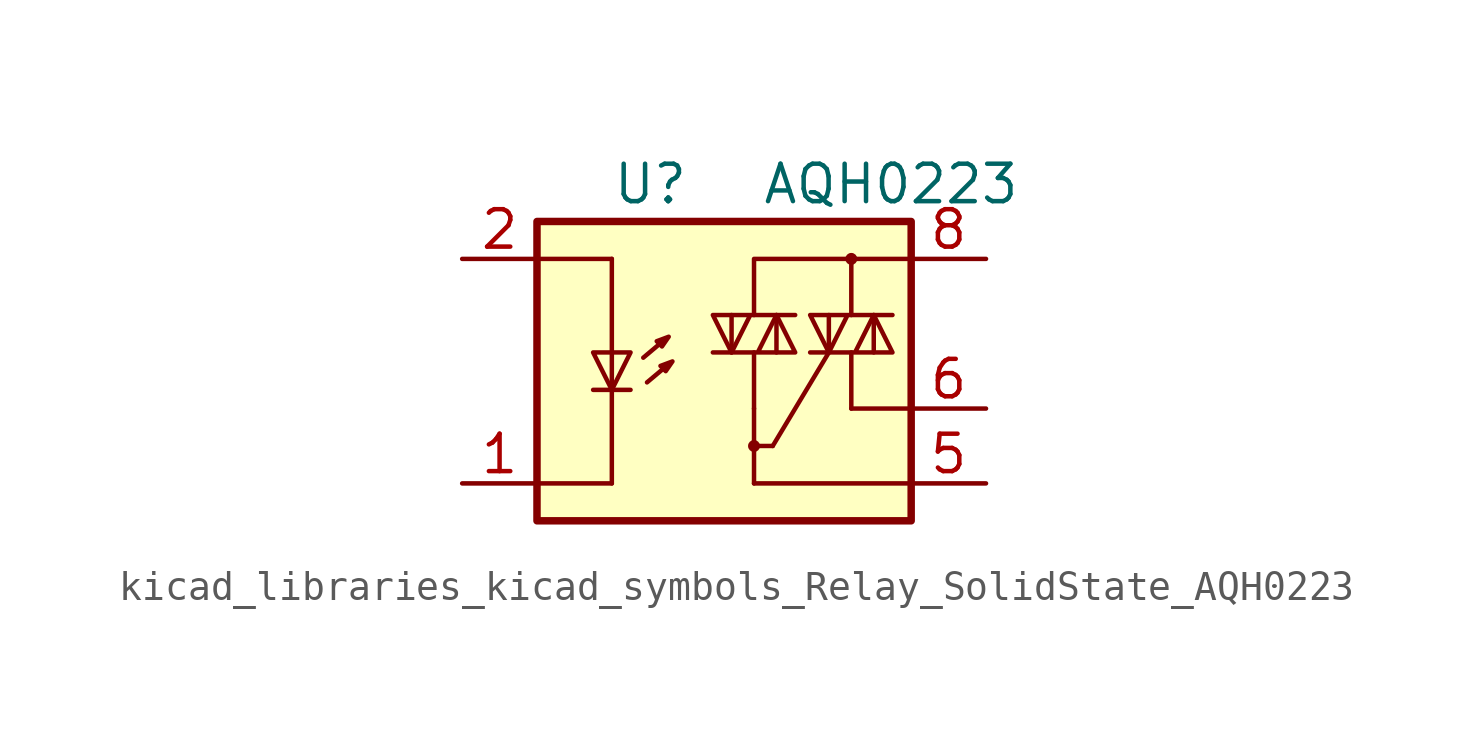
<source format=kicad_sym>
(kicad_symbol_lib
  (version 20220914)
  (generator kicad_symbol_editor)
  (symbol "kicad_libraries_kicad_symbols_Relay_SolidState_AQH0223"
    (property "Reference" "U"
      (at -5.08 5.08 0)
      (effects (font (size 1.27 1.27)) (justify left)))
    (property "Value" "AQH0223"
      (at 0 5.08 0)
      (effects (font (size 1.27 1.27)) (justify left)))
    (symbol "kicad_libraries_kicad_symbols_Relay_SolidState_AQH0223_0_1"
      (polyline (pts (xy 3.048 -2.54) (xy 5.08 -2.54)) (stroke (width 0) (type default)) (fill (type none)))
      (polyline (pts (xy 3.048 -0.635) (xy 3.048 -2.54)) (stroke (width 0) (type default)) (fill (type none))))
    (symbol "kicad_libraries_kicad_symbols_Relay_SolidState_AQH0223_1_1"
      (rectangle (start -7.62 3.81) (end 5.08 -6.35) (stroke (width 0.254) (type default)) (fill (type background)))
      (circle (center -0.254 -3.81) (radius 0.127) (stroke (width 0) (type default)) (fill (type none)))
      (polyline (pts (xy -5.715 -1.905) (xy -4.445 -1.905)) (stroke (width 0) (type default)) (fill (type none)))
      (polyline (pts (xy -5.08 -5.08) (xy -7.62 -5.08)) (stroke (width 0) (type default)) (fill (type none)))
      (polyline (pts (xy -5.08 -1.905) (xy -5.08 -5.08)) (stroke (width 0) (type default)) (fill (type none)))
      (polyline (pts (xy -5.08 -0.635) (xy -5.08 -1.905)) (stroke (width 0) (type default)) (fill (type none)))
      (polyline (pts (xy -5.08 -0.635) (xy -5.08 2.54)) (stroke (width 0) (type default)) (fill (type none)))
      (polyline (pts (xy -5.08 2.54) (xy -7.493 2.54)) (stroke (width 0) (type default)) (fill (type none)))
      (polyline (pts (xy -3.378 -0.279) (xy -4.013 -0.813)) (stroke (width 0) (type default)) (fill (type none)))
      (polyline (pts (xy -3.251 -1.118) (xy -3.886 -1.651)) (stroke (width 0) (type default)) (fill (type none)))
      (polyline (pts (xy -1.016 -0.635) (xy -1.016 0.635)) (stroke (width 0) (type default)) (fill (type none)))
      (polyline (pts (xy -0.254 -3.81) (xy 0.381 -3.81)) (stroke (width 0) (type default)) (fill (type none)))
      (polyline (pts (xy -0.254 -2.54) (xy -0.254 -5.08)) (stroke (width 0) (type default)) (fill (type none)))
      (polyline (pts (xy -0.254 -2.54) (xy -0.254 -0.635)) (stroke (width 0) (type default)) (fill (type none)))
      (polyline (pts (xy 0.381 -3.81) (xy 2.286 -0.635)) (stroke (width 0) (type default)) (fill (type none)))
      (polyline (pts (xy 0.508 0.635) (xy 0.508 -0.635)) (stroke (width 0) (type default)) (fill (type none)))
      (polyline (pts (xy 2.286 -0.635) (xy 2.286 0.635)) (stroke (width 0) (type default)) (fill (type none)))
      (polyline (pts (xy 3.048 2.54) (xy 3.048 0.635)) (stroke (width 0) (type default)) (fill (type none)))
      (polyline (pts (xy 3.81 0.635) (xy 3.81 -0.635)) (stroke (width 0) (type default)) (fill (type none)))
      (polyline (pts (xy 5.08 -5.08) (xy -0.254 -5.08)) (stroke (width 0) (type default)) (fill (type none)))
      (polyline (pts (xy 5.08 2.54) (xy 3.048 2.54)) (stroke (width 0) (type default)) (fill (type none)))
      (polyline (pts (xy 3.048 2.54) (xy -0.254 2.54) (xy -0.254 0.635)) (stroke (width 0) (type default)) (fill (type none)))
      (polyline (pts (xy -5.08 -1.905) (xy -5.715 -0.635) (xy -4.445 -0.635) (xy -5.08 -1.905)) (stroke (width 0) (type default)) (fill (type none)))
      (polyline (pts (xy -3.556 -0.254) (xy -3.378 -0.432) (xy -3.15 -0.102) (xy -3.556 -0.254)) (stroke (width 0) (type default)) (fill (type none)))
      (polyline (pts (xy -3.429 -1.092) (xy -3.251 -1.27) (xy -3.023 -0.94) (xy -3.429 -1.092)) (stroke (width 0) (type default)) (fill (type none)))
      (polyline (pts (xy -1.651 -0.635) (xy 1.143 -0.635) (xy 0.508 0.635) (xy -0.127 -0.635)) (stroke (width 0) (type default)) (fill (type none)))
      (polyline (pts (xy 1.143 0.635) (xy -1.651 0.635) (xy -1.016 -0.635) (xy -0.381 0.635)) (stroke (width 0) (type default)) (fill (type none)))
      (polyline (pts (xy 1.651 -0.635) (xy 4.445 -0.635) (xy 3.81 0.635) (xy 3.175 -0.635)) (stroke (width 0) (type default)) (fill (type none)))
      (polyline (pts (xy 4.445 0.635) (xy 1.651 0.635) (xy 2.286 -0.635) (xy 2.921 0.635)) (stroke (width 0) (type default)) (fill (type none)))
      (circle (center 3.048 2.54) (radius 0.127) (stroke (width 0) (type default)) (fill (type none)))
      (pin passive line (at -10.16 -5.08 0) (length 2.54) (name "~" (effects (font (size 1.27 1.27)))) (number "1" (effects (font (size 1.27 1.27)))))
      (pin passive line (at -10.16 2.54 0) (length 2.54) (name "~" (effects (font (size 1.27 1.27)))) (number "2" (effects (font (size 1.27 1.27)))))
      (pin passive line (at -10.16 -5.08 0) (length 2.54) hide (name "~" (effects (font (size 1.27 1.27)))) (number "3" (effects (font (size 1.27 1.27)))))
      (pin passive line (at -10.16 -5.08 0) (length 2.54) hide (name "~" (effects (font (size 1.27 1.27)))) (number "4" (effects (font (size 1.27 1.27)))))
      (pin passive line (at 7.62 -5.08 180) (length 2.54) (name "~" (effects (font (size 1.27 1.27)))) (number "5" (effects (font (size 1.27 1.27)))))
      (pin passive line (at 7.62 -2.54 180) (length 2.54) (name "~" (effects (font (size 1.27 1.27)))) (number "6" (effects (font (size 1.27 1.27)))))
      (pin passive line (at 7.62 2.54 180) (length 2.54) (name "~" (effects (font (size 1.27 1.27)))) (number "8" (effects (font (size 1.27 1.27))))))))
</source>
